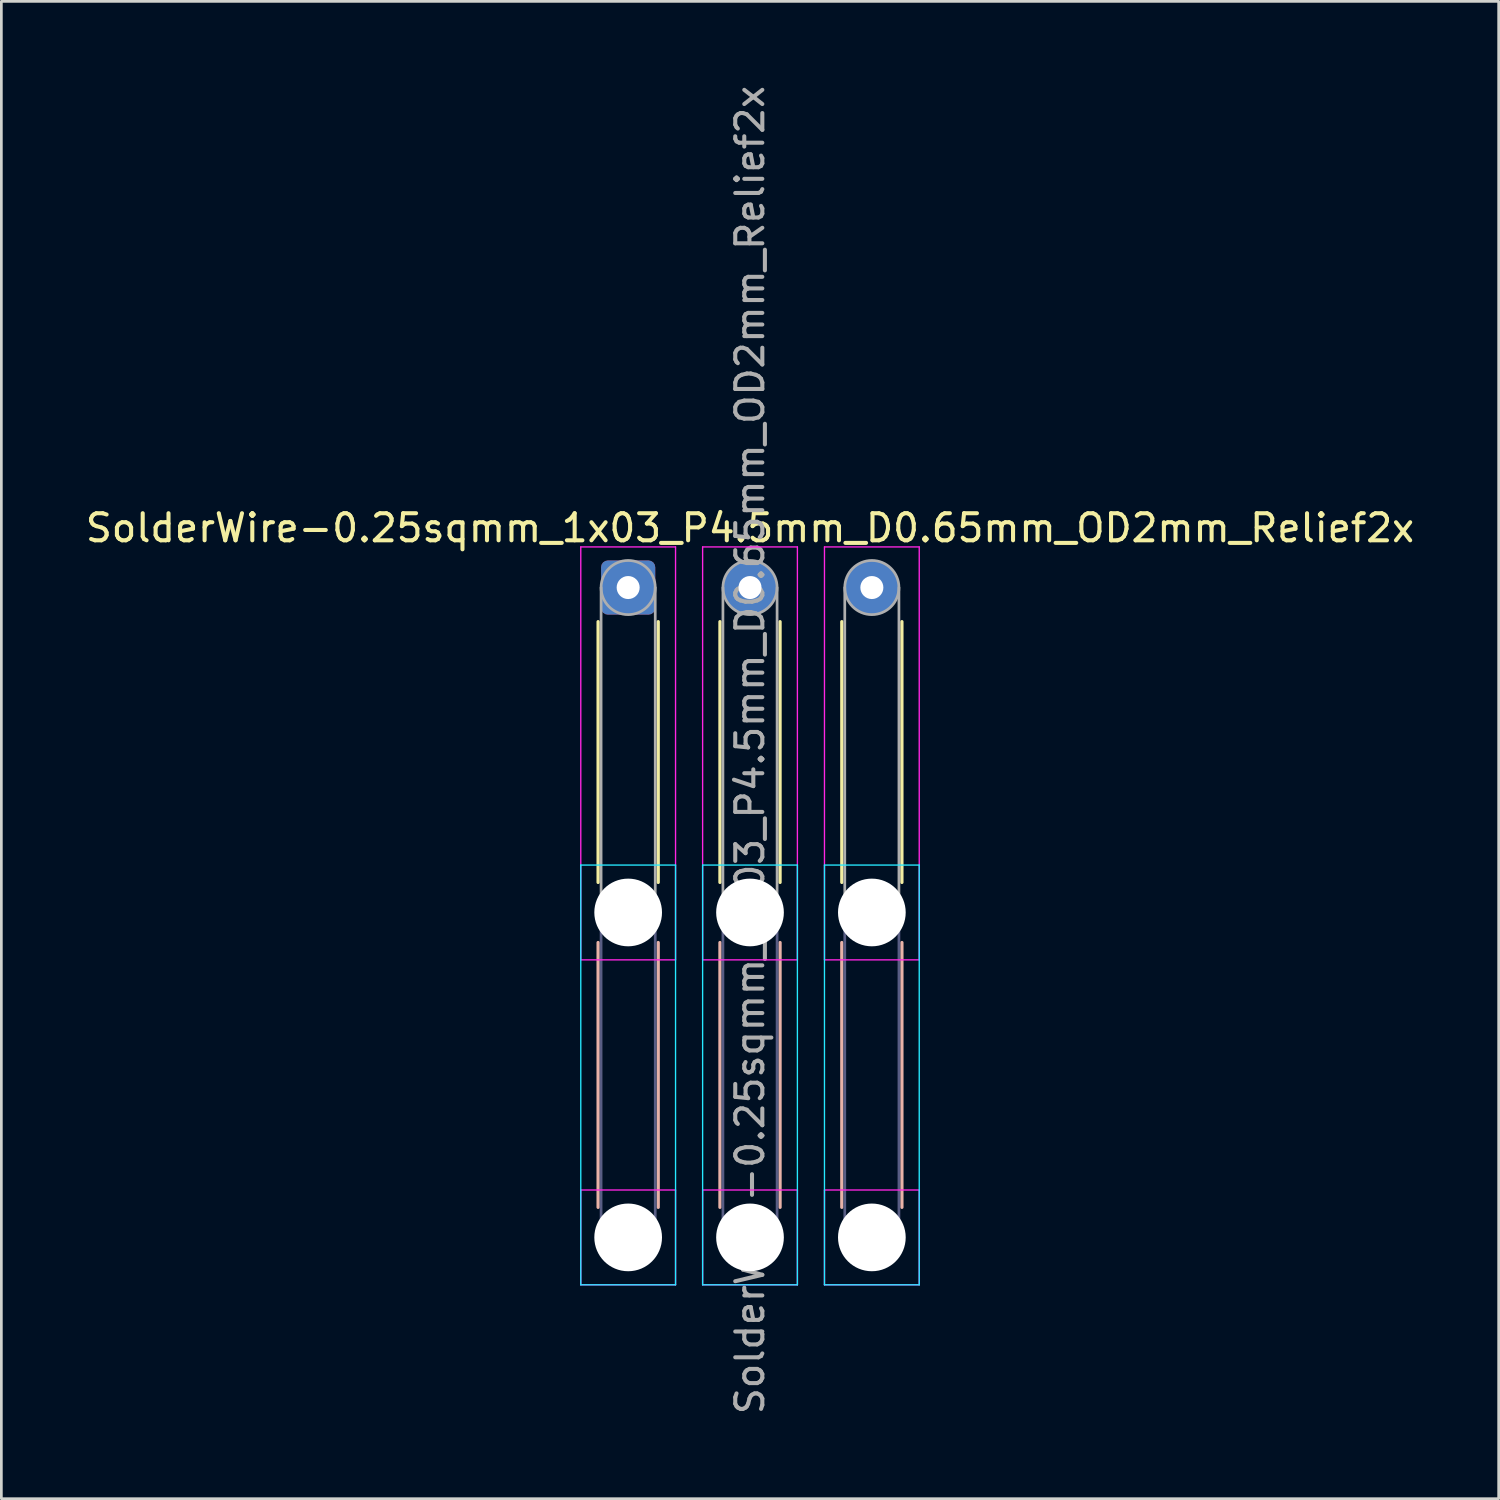
<source format=kicad_pcb>
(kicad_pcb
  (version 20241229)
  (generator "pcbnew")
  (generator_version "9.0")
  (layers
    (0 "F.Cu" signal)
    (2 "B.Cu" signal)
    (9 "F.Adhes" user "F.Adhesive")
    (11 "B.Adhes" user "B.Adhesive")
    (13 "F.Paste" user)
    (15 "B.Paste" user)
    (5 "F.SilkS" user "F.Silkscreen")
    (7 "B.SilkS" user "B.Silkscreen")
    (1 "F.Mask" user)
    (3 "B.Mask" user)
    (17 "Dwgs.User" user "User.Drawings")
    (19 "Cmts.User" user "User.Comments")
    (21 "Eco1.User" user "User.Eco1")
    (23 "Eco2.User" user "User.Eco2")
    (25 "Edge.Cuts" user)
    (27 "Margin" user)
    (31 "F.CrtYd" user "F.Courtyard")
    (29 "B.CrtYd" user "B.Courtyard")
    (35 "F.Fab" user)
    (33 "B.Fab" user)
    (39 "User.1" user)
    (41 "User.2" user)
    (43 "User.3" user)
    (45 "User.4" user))
  (footprint "SolderWire-0.25sqmm_1x03_P4.5mm_D0.65mm_OD2mm_Relief2x"
    (layer "F.Cu")
    (at 20.149 18.649)
    (property "Reference" "SolderWire-0.25sqmm_1x03_P4.5mm_D0.65mm_OD2mm_Relief2x" (at 4.5 -2.2 0) (layer "F.SilkS") (effects (font (size 1 1) (thickness 0.15))))
    (attr exclude_from_pos_files exclude_from_bom)
    (fp_line (start -1.11 1.26) (end -1.11 10.89) (stroke (width 0.12) (type solid)) (layer "F.SilkS"))
    (fp_line (start 1.11 1.26) (end 1.11 10.89) (stroke (width 0.12) (type solid)) (layer "F.SilkS"))
    (fp_line (start 3.39 1.26) (end 3.39 10.89) (stroke (width 0.12) (type solid)) (layer "F.SilkS"))
    (fp_line (start 5.61 1.26) (end 5.61 10.89) (stroke (width 0.12) (type solid)) (layer "F.SilkS"))
    (fp_line (start 7.89 1.26) (end 7.89 10.89) (stroke (width 0.12) (type solid)) (layer "F.SilkS"))
    (fp_line (start 10.11 1.26) (end 10.11 10.89) (stroke (width 0.12) (type solid)) (layer "F.SilkS"))
    (fp_line (start -1.11 13.11) (end -1.11 22.89) (stroke (width 0.12) (type solid)) (layer "B.SilkS"))
    (fp_line (start 1.11 13.11) (end 1.11 22.89) (stroke (width 0.12) (type solid)) (layer "B.SilkS"))
    (fp_line (start 3.39 13.11) (end 3.39 22.89) (stroke (width 0.12) (type solid)) (layer "B.SilkS"))
    (fp_line (start 5.61 13.11) (end 5.61 22.89) (stroke (width 0.12) (type solid)) (layer "B.SilkS"))
    (fp_line (start 7.89 13.11) (end 7.89 22.89) (stroke (width 0.12) (type solid)) (layer "B.SilkS"))
    (fp_line (start 10.11 13.11) (end 10.11 22.89) (stroke (width 0.12) (type solid)) (layer "B.SilkS"))
    (fp_line (start -1.75 10.25) (end -1.75 25.75) (stroke (width 0.05) (type solid)) (layer "B.CrtYd"))
    (fp_line (start -1.75 25.75) (end 1.75 25.75) (stroke (width 0.05) (type solid)) (layer "B.CrtYd"))
    (fp_line (start 1.75 10.25) (end -1.75 10.25) (stroke (width 0.05) (type solid)) (layer "B.CrtYd"))
    (fp_line (start 1.75 25.75) (end 1.75 10.25) (stroke (width 0.05) (type solid)) (layer "B.CrtYd"))
    (fp_line (start 2.75 10.25) (end 2.75 25.75) (stroke (width 0.05) (type solid)) (layer "B.CrtYd"))
    (fp_line (start 2.75 25.75) (end 6.25 25.75) (stroke (width 0.05) (type solid)) (layer "B.CrtYd"))
    (fp_line (start 6.25 10.25) (end 2.75 10.25) (stroke (width 0.05) (type solid)) (layer "B.CrtYd"))
    (fp_line (start 6.25 25.75) (end 6.25 10.25) (stroke (width 0.05) (type solid)) (layer "B.CrtYd"))
    (fp_line (start 7.25 10.25) (end 7.25 25.75) (stroke (width 0.05) (type solid)) (layer "B.CrtYd"))
    (fp_line (start 7.25 25.75) (end 10.75 25.75) (stroke (width 0.05) (type solid)) (layer "B.CrtYd"))
    (fp_line (start 10.75 10.25) (end 7.25 10.25) (stroke (width 0.05) (type solid)) (layer "B.CrtYd"))
    (fp_line (start 10.75 25.75) (end 10.75 10.25) (stroke (width 0.05) (type solid)) (layer "B.CrtYd"))
    (fp_line (start -1.75 -1.5) (end -1.75 13.75) (stroke (width 0.05) (type solid)) (layer "F.CrtYd"))
    (fp_line (start -1.75 13.75) (end 1.75 13.75) (stroke (width 0.05) (type solid)) (layer "F.CrtYd"))
    (fp_line (start -1.75 22.25) (end -1.75 25.75) (stroke (width 0.05) (type solid)) (layer "F.CrtYd"))
    (fp_line (start -1.75 25.75) (end 1.75 25.75) (stroke (width 0.05) (type solid)) (layer "F.CrtYd"))
    (fp_line (start 1.75 -1.5) (end -1.75 -1.5) (stroke (width 0.05) (type solid)) (layer "F.CrtYd"))
    (fp_line (start 1.75 13.75) (end 1.75 -1.5) (stroke (width 0.05) (type solid)) (layer "F.CrtYd"))
    (fp_line (start 1.75 22.25) (end -1.75 22.25) (stroke (width 0.05) (type solid)) (layer "F.CrtYd"))
    (fp_line (start 1.75 25.75) (end 1.75 22.25) (stroke (width 0.05) (type solid)) (layer "F.CrtYd"))
    (fp_line (start 2.75 -1.5) (end 2.75 13.75) (stroke (width 0.05) (type solid)) (layer "F.CrtYd"))
    (fp_line (start 2.75 13.75) (end 6.25 13.75) (stroke (width 0.05) (type solid)) (layer "F.CrtYd"))
    (fp_line (start 2.75 22.25) (end 2.75 25.75) (stroke (width 0.05) (type solid)) (layer "F.CrtYd"))
    (fp_line (start 2.75 25.75) (end 6.25 25.75) (stroke (width 0.05) (type solid)) (layer "F.CrtYd"))
    (fp_line (start 6.25 -1.5) (end 2.75 -1.5) (stroke (width 0.05) (type solid)) (layer "F.CrtYd"))
    (fp_line (start 6.25 13.75) (end 6.25 -1.5) (stroke (width 0.05) (type solid)) (layer "F.CrtYd"))
    (fp_line (start 6.25 22.25) (end 2.75 22.25) (stroke (width 0.05) (type solid)) (layer "F.CrtYd"))
    (fp_line (start 6.25 25.75) (end 6.25 22.25) (stroke (width 0.05) (type solid)) (layer "F.CrtYd"))
    (fp_line (start 7.25 -1.5) (end 7.25 13.75) (stroke (width 0.05) (type solid)) (layer "F.CrtYd"))
    (fp_line (start 7.25 13.75) (end 10.75 13.75) (stroke (width 0.05) (type solid)) (layer "F.CrtYd"))
    (fp_line (start 7.25 22.25) (end 7.25 25.75) (stroke (width 0.05) (type solid)) (layer "F.CrtYd"))
    (fp_line (start 7.25 25.75) (end 10.75 25.75) (stroke (width 0.05) (type solid)) (layer "F.CrtYd"))
    (fp_line (start 10.75 -1.5) (end 7.25 -1.5) (stroke (width 0.05) (type solid)) (layer "F.CrtYd"))
    (fp_line (start 10.75 13.75) (end 10.75 -1.5) (stroke (width 0.05) (type solid)) (layer "F.CrtYd"))
    (fp_line (start 10.75 22.25) (end 7.25 22.25) (stroke (width 0.05) (type solid)) (layer "F.CrtYd"))
    (fp_line (start 10.75 25.75) (end 10.75 22.25) (stroke (width 0.05) (type solid)) (layer "F.CrtYd"))
    (fp_line (start -1 12) (end -1 24) (stroke (width 0.1) (type solid)) (layer "B.Fab"))
    (fp_line (start 1 12) (end 1 24) (stroke (width 0.1) (type solid)) (layer "B.Fab"))
    (fp_line (start 3.5 12) (end 3.5 24) (stroke (width 0.1) (type solid)) (layer "B.Fab"))
    (fp_line (start 5.5 12) (end 5.5 24) (stroke (width 0.1) (type solid)) (layer "B.Fab"))
    (fp_line (start 8 12) (end 8 24) (stroke (width 0.1) (type solid)) (layer "B.Fab"))
    (fp_line (start 10 12) (end 10 24) (stroke (width 0.1) (type solid)) (layer "B.Fab"))
    (fp_circle (center 0 12) (end 1 12) (stroke (width 0.1) (type solid)) (fill no) (layer "B.Fab"))
    (fp_circle (center 0 24) (end 1 24) (stroke (width 0.1) (type solid)) (fill no) (layer "B.Fab"))
    (fp_circle (center 4.5 12) (end 5.5 12) (stroke (width 0.1) (type solid)) (fill no) (layer "B.Fab"))
    (fp_circle (center 4.5 24) (end 5.5 24) (stroke (width 0.1) (type solid)) (fill no) (layer "B.Fab"))
    (fp_circle (center 9 12) (end 10 12) (stroke (width 0.1) (type solid)) (fill no) (layer "B.Fab"))
    (fp_circle (center 9 24) (end 10 24) (stroke (width 0.1) (type solid)) (fill no) (layer "B.Fab"))
    (fp_line (start -1 0) (end -1 12) (stroke (width 0.1) (type solid)) (layer "F.Fab"))
    (fp_line (start 1 0) (end 1 12) (stroke (width 0.1) (type solid)) (layer "F.Fab"))
    (fp_line (start 3.5 0) (end 3.5 12) (stroke (width 0.1) (type solid)) (layer "F.Fab"))
    (fp_line (start 5.5 0) (end 5.5 12) (stroke (width 0.1) (type solid)) (layer "F.Fab"))
    (fp_line (start 8 0) (end 8 12) (stroke (width 0.1) (type solid)) (layer "F.Fab"))
    (fp_line (start 10 0) (end 10 12) (stroke (width 0.1) (type solid)) (layer "F.Fab"))
    (fp_circle (center 0 0) (end 1 0) (stroke (width 0.1) (type solid)) (fill no) (layer "F.Fab"))
    (fp_circle (center 0 12) (end 1 12) (stroke (width 0.1) (type solid)) (fill no) (layer "F.Fab"))
    (fp_circle (center 0 24) (end 1 24) (stroke (width 0.1) (type solid)) (fill no) (layer "F.Fab"))
    (fp_circle (center 4.5 0) (end 5.5 0) (stroke (width 0.1) (type solid)) (fill no) (layer "F.Fab"))
    (fp_circle (center 4.5 12) (end 5.5 12) (stroke (width 0.1) (type solid)) (fill no) (layer "F.Fab"))
    (fp_circle (center 4.5 24) (end 5.5 24) (stroke (width 0.1) (type solid)) (fill no) (layer "F.Fab"))
    (fp_circle (center 9 0) (end 10 0) (stroke (width 0.1) (type solid)) (fill no) (layer "F.Fab"))
    (fp_circle (center 9 12) (end 10 12) (stroke (width 0.1) (type solid)) (fill no) (layer "F.Fab"))
    (fp_circle (center 9 24) (end 10 24) (stroke (width 0.1) (type solid)) (fill no) (layer "F.Fab"))
    (fp_text user "${REFERENCE}" (at 4.5 6 90) (layer "F.Fab") (effects (font (size 1 1) (thickness 0.15))))
    (pad "" np_thru_hole circle (at 0 12) (size 2.5 2.5) (drill 2.5) (layers "*.Cu" "*.Mask"))
    (pad "" np_thru_hole circle (at 0 24) (size 2.5 2.5) (drill 2.5) (layers "*.Cu" "*.Mask"))
    (pad "" np_thru_hole circle (at 4.5 12) (size 2.5 2.5) (drill 2.5) (layers "*.Cu" "*.Mask"))
    (pad "" np_thru_hole circle (at 4.5 24) (size 2.5 2.5) (drill 2.5) (layers "*.Cu" "*.Mask"))
    (pad "" np_thru_hole circle (at 9 12) (size 2.5 2.5) (drill 2.5) (layers "*.Cu" "*.Mask"))
    (pad "" np_thru_hole circle (at 9 24) (size 2.5 2.5) (drill 2.5) (layers "*.Cu" "*.Mask"))
    (pad "1" thru_hole roundrect (at 0 0) (size 2 2) (drill 0.85) (layers "*.Cu" "*.Mask") (roundrect_rratio 0.125))
    (pad "2" thru_hole circle (at 4.5 0) (size 2 2) (drill 0.85) (layers "*.Cu" "*.Mask"))
    (pad "3" thru_hole circle (at 9 0) (size 2 2) (drill 0.85) (layers "*.Cu" "*.Mask")))
  (gr_rect
    (start -3 -3)
    (end 52.298 52.298)
    (stroke (width 0.1) (type default))
    (fill no)
    (layer "Edge.Cuts")))
</source>
